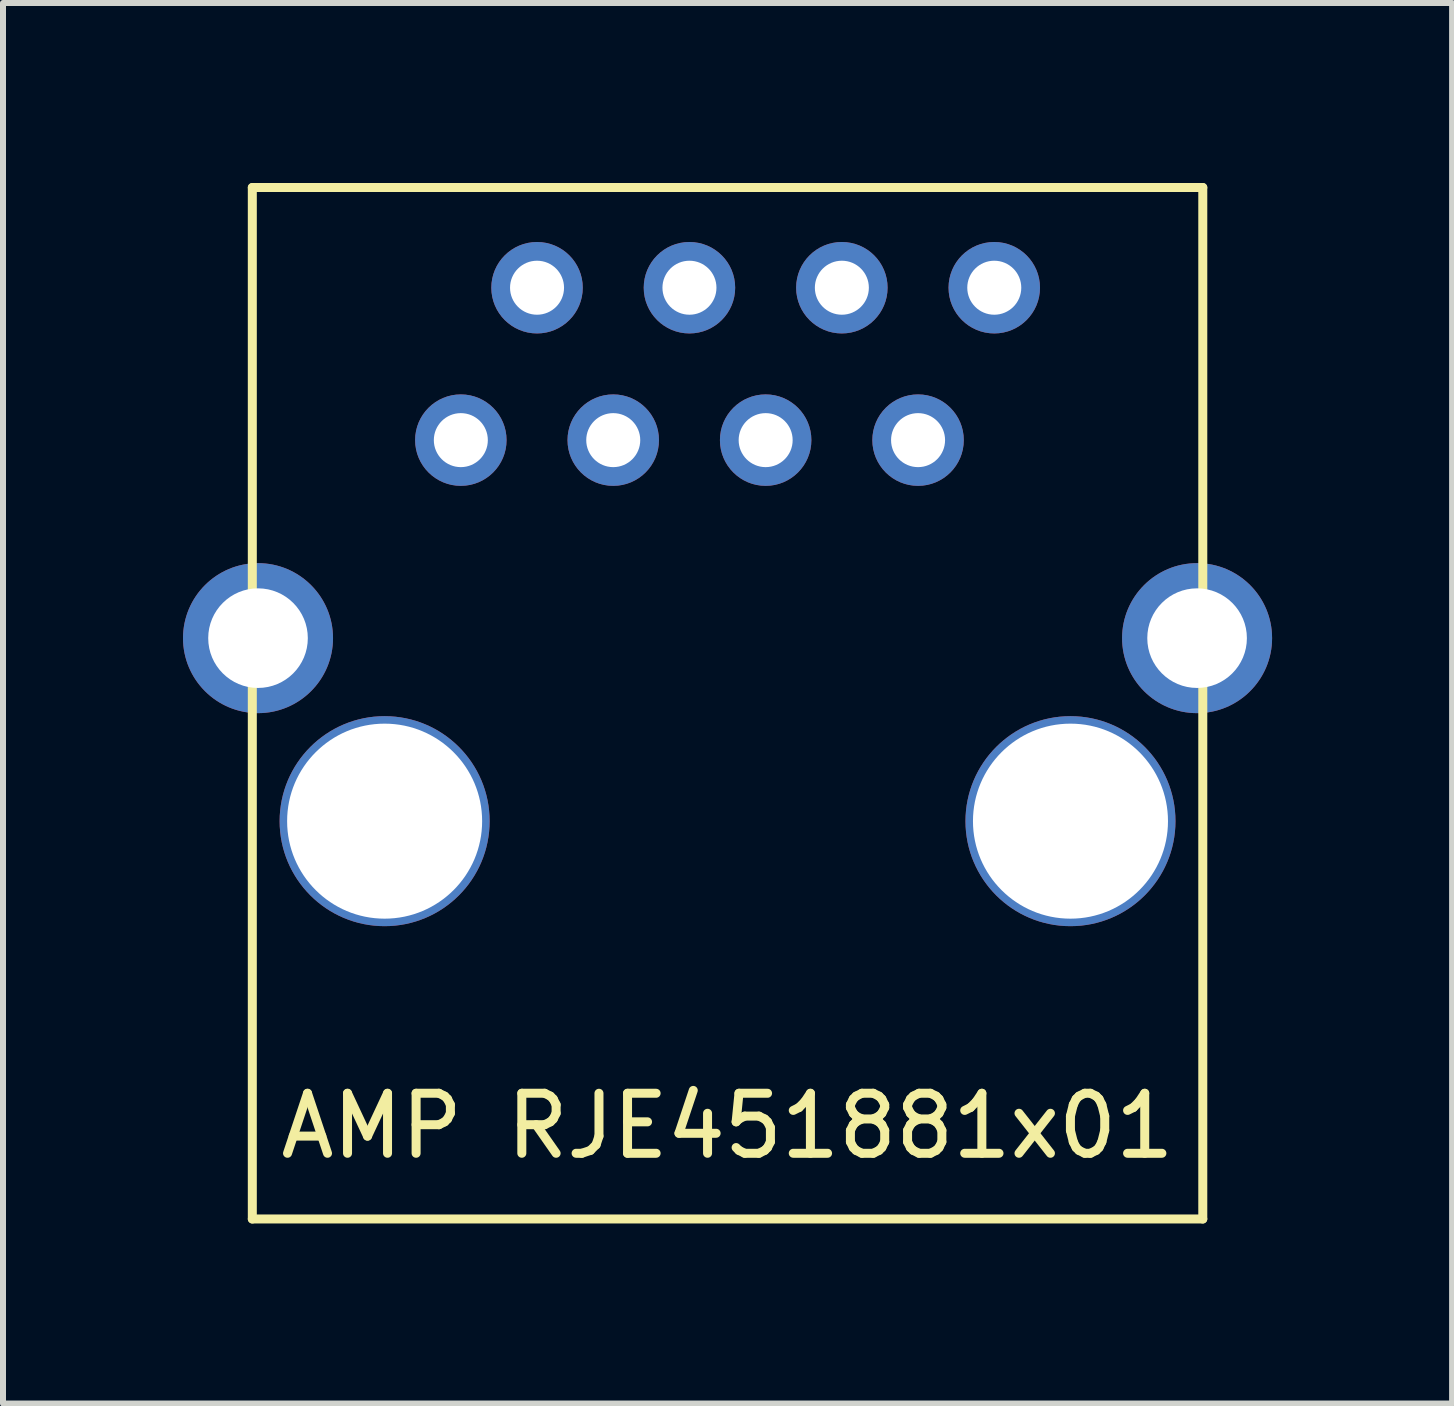
<source format=kicad_pcb>
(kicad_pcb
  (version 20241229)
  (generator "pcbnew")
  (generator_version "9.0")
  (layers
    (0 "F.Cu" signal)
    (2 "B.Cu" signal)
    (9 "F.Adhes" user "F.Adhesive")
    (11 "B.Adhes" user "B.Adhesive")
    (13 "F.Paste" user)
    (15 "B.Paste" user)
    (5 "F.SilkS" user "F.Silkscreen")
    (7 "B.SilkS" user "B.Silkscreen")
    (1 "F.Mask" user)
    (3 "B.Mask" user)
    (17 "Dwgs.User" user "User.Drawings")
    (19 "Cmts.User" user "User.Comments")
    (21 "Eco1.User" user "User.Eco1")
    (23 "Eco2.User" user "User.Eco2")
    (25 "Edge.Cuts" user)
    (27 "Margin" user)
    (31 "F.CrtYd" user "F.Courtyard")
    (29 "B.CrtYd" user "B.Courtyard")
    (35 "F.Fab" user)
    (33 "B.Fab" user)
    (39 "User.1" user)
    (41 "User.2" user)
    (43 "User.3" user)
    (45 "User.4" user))
  (footprint "AMP RJE451881x01"
    (layer "F.Cu")
    (at 9.075 10.635)
    (property "Reference" "AMP RJE451881x01" (at 0 5.08 0) (layer "F.SilkS") (effects (font (size 1 1) (thickness 0.15))))
    (attr through_hole)
    (fp_line (start -7.92 -10.56) (end -7.92 6.63) (stroke (width 0.15) (type solid)) (layer "F.SilkS"))
    (fp_line (start -7.92 6.63) (end 7.92 6.63) (stroke (width 0.15) (type solid)) (layer "F.SilkS"))
    (fp_line (start 7.92 -10.56) (end -7.92 -10.56) (stroke (width 0.15) (type solid)) (layer "F.SilkS"))
    (fp_line (start 7.92 6.63) (end 7.92 -10.56) (stroke (width 0.15) (type solid)) (layer "F.SilkS"))
    (pad "1" thru_hole circle (at -4.445 -6.35) (size 1.524 1.524) (drill 0.9) (layers "*.Cu" "*.Mask"))
    (pad "2" thru_hole circle (at -3.175 -8.89) (size 1.524 1.524) (drill 0.9) (layers "*.Cu" "*.Mask"))
    (pad "3" thru_hole circle (at -1.905 -6.35) (size 1.524 1.524) (drill 0.9) (layers "*.Cu" "*.Mask"))
    (pad "4" thru_hole circle (at -0.635 -8.89) (size 1.524 1.524) (drill 0.9) (layers "*.Cu" "*.Mask"))
    (pad "5" thru_hole circle (at 0.635 -6.35) (size 1.524 1.524) (drill 0.9) (layers "*.Cu" "*.Mask"))
    (pad "6" thru_hole circle (at 1.905 -8.89) (size 1.524 1.524) (drill 0.9) (layers "*.Cu" "*.Mask"))
    (pad "7" thru_hole circle (at 3.175 -6.35) (size 1.524 1.524) (drill 0.9) (layers "*.Cu" "*.Mask"))
    (pad "8" thru_hole circle (at 4.445 -8.89) (size 1.524 1.524) (drill 0.9) (layers "*.Cu" "*.Mask"))
    (pad "9" thru_hole circle (at -7.825 -3.05) (size 2.5 2.5) (drill 1.66) (layers "*.Cu" "*.Mask"))
    (pad "10" thru_hole circle (at 7.825 -3.05) (size 2.5 2.5) (drill 1.66) (layers "*.Cu" "*.Mask"))
    (pad "11" thru_hole circle (at 5.715 0) (size 3.5 3.5) (drill 3.25) (layers "*.Cu" "*.Mask"))
    (pad "12" thru_hole circle (at -5.715 0) (size 3.5 3.5) (drill 3.25) (layers "*.Cu" "*.Mask")))
  (gr_rect
    (start -3 -3)
    (end 21.15 20.34)
    (stroke (width 0.1) (type default))
    (fill no)
    (layer "Edge.Cuts")))
</source>
